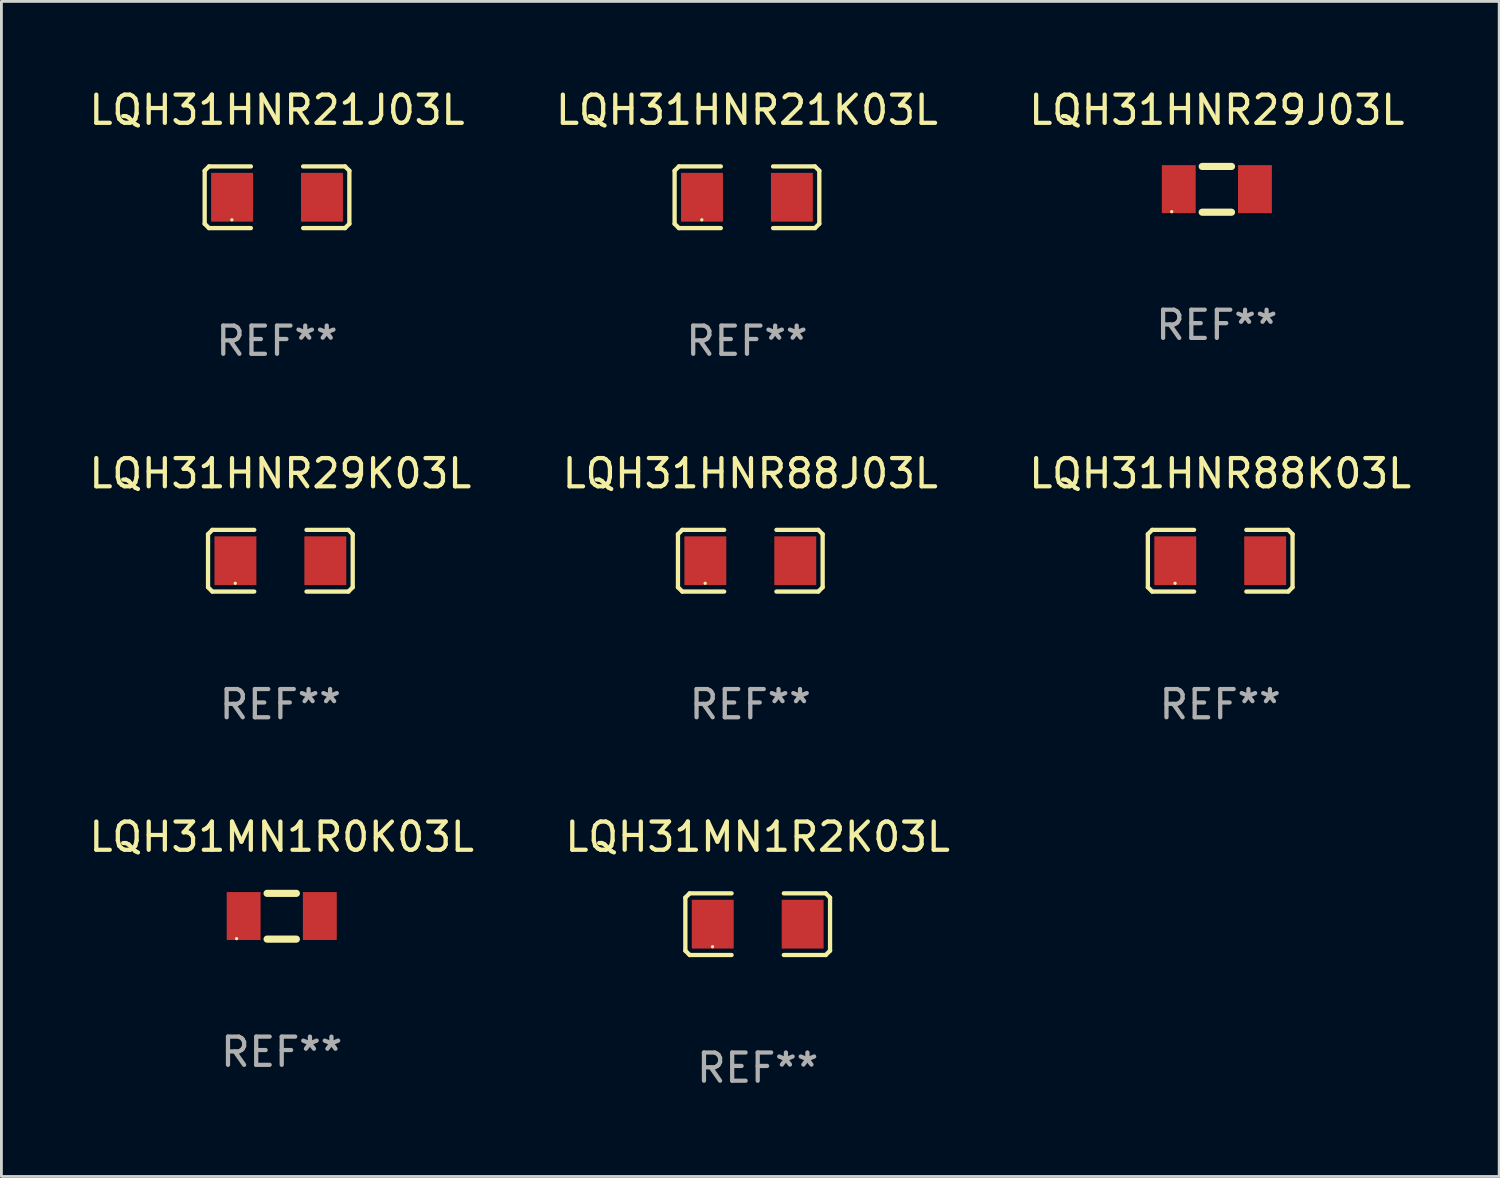
<source format=kicad_pcb>
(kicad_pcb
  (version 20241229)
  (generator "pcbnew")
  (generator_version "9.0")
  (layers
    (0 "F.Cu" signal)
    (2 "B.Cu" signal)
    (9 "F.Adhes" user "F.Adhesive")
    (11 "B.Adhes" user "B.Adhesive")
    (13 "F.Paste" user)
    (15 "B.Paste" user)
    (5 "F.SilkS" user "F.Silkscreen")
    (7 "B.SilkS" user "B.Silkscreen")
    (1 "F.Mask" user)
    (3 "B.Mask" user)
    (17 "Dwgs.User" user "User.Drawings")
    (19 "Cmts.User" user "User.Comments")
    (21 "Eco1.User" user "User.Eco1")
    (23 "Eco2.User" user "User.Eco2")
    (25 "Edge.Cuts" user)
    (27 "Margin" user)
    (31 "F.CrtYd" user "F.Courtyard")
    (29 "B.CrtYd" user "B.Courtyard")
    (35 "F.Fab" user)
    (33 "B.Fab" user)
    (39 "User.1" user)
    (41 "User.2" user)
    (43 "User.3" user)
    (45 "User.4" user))
  (footprint "LQH31HNR29K03L"
    (layer "F.Cu")
    (at 6.887 16.823)
    (property "Reference" "LQH31HNR29K03L" (at 0 -3.093 0) (layer "F.SilkS") (effects (font (size 1 1) (thickness 0.15))))
    (attr through_hole)
    (fp_line (start -2.564 -0.94) (end -2.411 -1.093) (stroke (width 0.152) (type solid)) (layer "F.SilkS"))
    (fp_line (start -2.564 0.94) (end -2.564 -0.94) (stroke (width 0.152) (type solid)) (layer "F.SilkS"))
    (fp_line (start -2.411 -1.093) (end -0.926 -1.093) (stroke (width 0.152) (type solid)) (layer "F.SilkS"))
    (fp_line (start -2.411 1.093) (end -2.564 0.94) (stroke (width 0.152) (type solid)) (layer "F.SilkS"))
    (fp_line (start -0.926 1.093) (end -2.411 1.093) (stroke (width 0.152) (type solid)) (layer "F.SilkS"))
    (fp_line (start 0.926 1.093) (end 2.411 1.093) (stroke (width 0.152) (type solid)) (layer "F.SilkS"))
    (fp_line (start 2.411 -1.093) (end 0.926 -1.093) (stroke (width 0.152) (type solid)) (layer "F.SilkS"))
    (fp_line (start 2.411 1.093) (end 2.564 0.94) (stroke (width 0.152) (type solid)) (layer "F.SilkS"))
    (fp_line (start 2.564 -0.94) (end 2.411 -1.093) (stroke (width 0.152) (type solid)) (layer "F.SilkS"))
    (fp_line (start 2.564 0.94) (end 2.564 -0.94) (stroke (width 0.152) (type solid)) (layer "F.SilkS"))
    (fp_circle (center -1.6 0.8) (end -1.57 0.8) (stroke (width 0.06) (type solid)) (fill no) (layer "F.SilkS"))
    (fp_text user "REF**" (at 0 5.093 0) (layer "F.Fab") (effects (font (size 1 1) (thickness 0.15))))
    (pad "1" smd rect (at -1.593 0) (size 1.485 1.728) (layers "F.Cu" "F.Mask" "F.Paste"))
    (pad "2" smd rect (at 1.593 0) (size 1.485 1.728) (layers "F.Cu" "F.Mask" "F.Paste")))
  (footprint "LQH31MN1R2K03L"
    (layer "F.Cu")
    (at 23.804 29.704)
    (property "Reference" "LQH31MN1R2K03L" (at 0 -3.093 0) (layer "F.SilkS") (effects (font (size 1 1) (thickness 0.15))))
    (attr through_hole)
    (fp_line (start -2.564 -0.94) (end -2.411 -1.093) (stroke (width 0.152) (type solid)) (layer "F.SilkS"))
    (fp_line (start -2.564 0.94) (end -2.564 -0.94) (stroke (width 0.152) (type solid)) (layer "F.SilkS"))
    (fp_line (start -2.411 -1.093) (end -0.926 -1.093) (stroke (width 0.152) (type solid)) (layer "F.SilkS"))
    (fp_line (start -2.411 1.093) (end -2.564 0.94) (stroke (width 0.152) (type solid)) (layer "F.SilkS"))
    (fp_line (start -0.926 1.093) (end -2.411 1.093) (stroke (width 0.152) (type solid)) (layer "F.SilkS"))
    (fp_line (start 0.926 1.093) (end 2.411 1.093) (stroke (width 0.152) (type solid)) (layer "F.SilkS"))
    (fp_line (start 2.411 -1.093) (end 0.926 -1.093) (stroke (width 0.152) (type solid)) (layer "F.SilkS"))
    (fp_line (start 2.411 1.093) (end 2.564 0.94) (stroke (width 0.152) (type solid)) (layer "F.SilkS"))
    (fp_line (start 2.564 -0.94) (end 2.411 -1.093) (stroke (width 0.152) (type solid)) (layer "F.SilkS"))
    (fp_line (start 2.564 0.94) (end 2.564 -0.94) (stroke (width 0.152) (type solid)) (layer "F.SilkS"))
    (fp_circle (center -1.6 0.8) (end -1.57 0.8) (stroke (width 0.06) (type solid)) (fill no) (layer "F.SilkS"))
    (fp_text user "REF**" (at 0 5.093 0) (layer "F.Fab") (effects (font (size 1 1) (thickness 0.15))))
    (pad "1" smd rect (at -1.593 0) (size 1.485 1.728) (layers "F.Cu" "F.Mask" "F.Paste"))
    (pad "2" smd rect (at 1.593 0) (size 1.485 1.728) (layers "F.Cu" "F.Mask" "F.Paste")))
  (footprint "LQH31HNR88K03L"
    (layer "F.Cu")
    (at 40.196 16.823)
    (property "Reference" "LQH31HNR88K03L" (at 0 -3.093 0) (layer "F.SilkS") (effects (font (size 1 1) (thickness 0.15))))
    (attr through_hole)
    (fp_line (start -2.564 -0.94) (end -2.411 -1.093) (stroke (width 0.152) (type solid)) (layer "F.SilkS"))
    (fp_line (start -2.564 0.94) (end -2.564 -0.94) (stroke (width 0.152) (type solid)) (layer "F.SilkS"))
    (fp_line (start -2.411 -1.093) (end -0.926 -1.093) (stroke (width 0.152) (type solid)) (layer "F.SilkS"))
    (fp_line (start -2.411 1.093) (end -2.564 0.94) (stroke (width 0.152) (type solid)) (layer "F.SilkS"))
    (fp_line (start -0.926 1.093) (end -2.411 1.093) (stroke (width 0.152) (type solid)) (layer "F.SilkS"))
    (fp_line (start 0.926 1.093) (end 2.411 1.093) (stroke (width 0.152) (type solid)) (layer "F.SilkS"))
    (fp_line (start 2.411 -1.093) (end 0.926 -1.093) (stroke (width 0.152) (type solid)) (layer "F.SilkS"))
    (fp_line (start 2.411 1.093) (end 2.564 0.94) (stroke (width 0.152) (type solid)) (layer "F.SilkS"))
    (fp_line (start 2.564 -0.94) (end 2.411 -1.093) (stroke (width 0.152) (type solid)) (layer "F.SilkS"))
    (fp_line (start 2.564 0.94) (end 2.564 -0.94) (stroke (width 0.152) (type solid)) (layer "F.SilkS"))
    (fp_circle (center -1.6 0.8) (end -1.57 0.8) (stroke (width 0.06) (type solid)) (fill no) (layer "F.SilkS"))
    (fp_text user "REF**" (at 0 5.093 0) (layer "F.Fab") (effects (font (size 1 1) (thickness 0.15))))
    (pad "1" smd rect (at -1.593 0) (size 1.485 1.728) (layers "F.Cu" "F.Mask" "F.Paste"))
    (pad "2" smd rect (at 1.593 0) (size 1.485 1.728) (layers "F.Cu" "F.Mask" "F.Paste")))
  (footprint "LQH31HNR88J03L"
    (layer "F.Cu")
    (at 23.542 16.823)
    (property "Reference" "LQH31HNR88J03L" (at 0 -3.093 0) (layer "F.SilkS") (effects (font (size 1 1) (thickness 0.15))))
    (attr through_hole)
    (fp_line (start -2.564 -0.94) (end -2.411 -1.093) (stroke (width 0.152) (type solid)) (layer "F.SilkS"))
    (fp_line (start -2.564 0.94) (end -2.564 -0.94) (stroke (width 0.152) (type solid)) (layer "F.SilkS"))
    (fp_line (start -2.411 -1.093) (end -0.926 -1.093) (stroke (width 0.152) (type solid)) (layer "F.SilkS"))
    (fp_line (start -2.411 1.093) (end -2.564 0.94) (stroke (width 0.152) (type solid)) (layer "F.SilkS"))
    (fp_line (start -0.926 1.093) (end -2.411 1.093) (stroke (width 0.152) (type solid)) (layer "F.SilkS"))
    (fp_line (start 0.926 1.093) (end 2.411 1.093) (stroke (width 0.152) (type solid)) (layer "F.SilkS"))
    (fp_line (start 2.411 -1.093) (end 0.926 -1.093) (stroke (width 0.152) (type solid)) (layer "F.SilkS"))
    (fp_line (start 2.411 1.093) (end 2.564 0.94) (stroke (width 0.152) (type solid)) (layer "F.SilkS"))
    (fp_line (start 2.564 -0.94) (end 2.411 -1.093) (stroke (width 0.152) (type solid)) (layer "F.SilkS"))
    (fp_line (start 2.564 0.94) (end 2.564 -0.94) (stroke (width 0.152) (type solid)) (layer "F.SilkS"))
    (fp_circle (center -1.6 0.8) (end -1.57 0.8) (stroke (width 0.06) (type solid)) (fill no) (layer "F.SilkS"))
    (fp_text user "REF**" (at 0 5.093 0) (layer "F.Fab") (effects (font (size 1 1) (thickness 0.15))))
    (pad "1" smd rect (at -1.593 0) (size 1.485 1.728) (layers "F.Cu" "F.Mask" "F.Paste"))
    (pad "2" smd rect (at 1.593 0) (size 1.485 1.728) (layers "F.Cu" "F.Mask" "F.Paste")))
  (footprint "LQH31HNR21K03L"
    (layer "F.Cu")
    (at 23.423 3.941)
    (property "Reference" "LQH31HNR21K03L" (at 0 -3.093 0) (layer "F.SilkS") (effects (font (size 1 1) (thickness 0.15))))
    (attr through_hole)
    (fp_line (start -2.564 -0.94) (end -2.411 -1.093) (stroke (width 0.152) (type solid)) (layer "F.SilkS"))
    (fp_line (start -2.564 0.94) (end -2.564 -0.94) (stroke (width 0.152) (type solid)) (layer "F.SilkS"))
    (fp_line (start -2.411 -1.093) (end -0.926 -1.093) (stroke (width 0.152) (type solid)) (layer "F.SilkS"))
    (fp_line (start -2.411 1.093) (end -2.564 0.94) (stroke (width 0.152) (type solid)) (layer "F.SilkS"))
    (fp_line (start -0.926 1.093) (end -2.411 1.093) (stroke (width 0.152) (type solid)) (layer "F.SilkS"))
    (fp_line (start 0.926 1.093) (end 2.411 1.093) (stroke (width 0.152) (type solid)) (layer "F.SilkS"))
    (fp_line (start 2.411 -1.093) (end 0.926 -1.093) (stroke (width 0.152) (type solid)) (layer "F.SilkS"))
    (fp_line (start 2.411 1.093) (end 2.564 0.94) (stroke (width 0.152) (type solid)) (layer "F.SilkS"))
    (fp_line (start 2.564 -0.94) (end 2.411 -1.093) (stroke (width 0.152) (type solid)) (layer "F.SilkS"))
    (fp_line (start 2.564 0.94) (end 2.564 -0.94) (stroke (width 0.152) (type solid)) (layer "F.SilkS"))
    (fp_circle (center -1.6 0.8) (end -1.57 0.8) (stroke (width 0.06) (type solid)) (fill no) (layer "F.SilkS"))
    (fp_text user "REF**" (at 0 5.093 0) (layer "F.Fab") (effects (font (size 1 1) (thickness 0.15))))
    (pad "1" smd rect (at -1.593 0) (size 1.485 1.728) (layers "F.Cu" "F.Mask" "F.Paste"))
    (pad "2" smd rect (at 1.593 0) (size 1.485 1.728) (layers "F.Cu" "F.Mask" "F.Paste")))
  (footprint "LQH31HNR21J03L"
    (layer "F.Cu")
    (at 6.768 3.941)
    (property "Reference" "LQH31HNR21J03L" (at 0 -3.093 0) (layer "F.SilkS") (effects (font (size 1 1) (thickness 0.15))))
    (attr through_hole)
    (fp_line (start -2.564 -0.94) (end -2.411 -1.093) (stroke (width 0.152) (type solid)) (layer "F.SilkS"))
    (fp_line (start -2.564 0.94) (end -2.564 -0.94) (stroke (width 0.152) (type solid)) (layer "F.SilkS"))
    (fp_line (start -2.411 -1.093) (end -0.926 -1.093) (stroke (width 0.152) (type solid)) (layer "F.SilkS"))
    (fp_line (start -2.411 1.093) (end -2.564 0.94) (stroke (width 0.152) (type solid)) (layer "F.SilkS"))
    (fp_line (start -0.926 1.093) (end -2.411 1.093) (stroke (width 0.152) (type solid)) (layer "F.SilkS"))
    (fp_line (start 0.926 1.093) (end 2.411 1.093) (stroke (width 0.152) (type solid)) (layer "F.SilkS"))
    (fp_line (start 2.411 -1.093) (end 0.926 -1.093) (stroke (width 0.152) (type solid)) (layer "F.SilkS"))
    (fp_line (start 2.411 1.093) (end 2.564 0.94) (stroke (width 0.152) (type solid)) (layer "F.SilkS"))
    (fp_line (start 2.564 -0.94) (end 2.411 -1.093) (stroke (width 0.152) (type solid)) (layer "F.SilkS"))
    (fp_line (start 2.564 0.94) (end 2.564 -0.94) (stroke (width 0.152) (type solid)) (layer "F.SilkS"))
    (fp_circle (center -1.6 0.8) (end -1.57 0.8) (stroke (width 0.06) (type solid)) (fill no) (layer "F.SilkS"))
    (fp_text user "REF**" (at 0 5.093 0) (layer "F.Fab") (effects (font (size 1 1) (thickness 0.15))))
    (pad "1" smd rect (at -1.593 0) (size 1.485 1.728) (layers "F.Cu" "F.Mask" "F.Paste"))
    (pad "2" smd rect (at 1.593 0) (size 1.485 1.728) (layers "F.Cu" "F.Mask" "F.Paste")))
  (footprint "LQH31MN1R0K03L"
    (layer "F.Cu")
    (at 6.935 29.423)
    (property "Reference" "LQH31MN1R0K03L" (at 0 -2.811 0) (layer "F.SilkS") (effects (font (size 1 1) (thickness 0.15))))
    (attr through_hole)
    (fp_line (start -0.519 -0.811) (end 0.519 -0.811) (stroke (width 0.254) (type solid)) (layer "F.SilkS"))
    (fp_line (start -0.519 0.811) (end 0.519 0.811) (stroke (width 0.254) (type solid)) (layer "F.SilkS"))
    (fp_circle (center -1.6 0.793) (end -1.57 0.793) (stroke (width 0.06) (type solid)) (fill no) (layer "F.SilkS"))
    (fp_text user "REF**" (at 0 4.811 0) (layer "F.Fab") (effects (font (size 1 1) (thickness 0.15))))
    (pad "1" smd rect (at -1.35 -0.007) (size 1.2 1.7) (layers "F.Cu" "F.Mask" "F.Paste"))
    (pad "2" smd rect (at 1.35 -0.007) (size 1.2 1.7) (layers "F.Cu" "F.Mask" "F.Paste")))
  (footprint "LQH31HNR29J03L"
    (layer "F.Cu")
    (at 40.077 3.66)
    (property "Reference" "LQH31HNR29J03L" (at 0 -2.811 0) (layer "F.SilkS") (effects (font (size 1 1) (thickness 0.15))))
    (attr through_hole)
    (fp_line (start -0.519 -0.811) (end 0.519 -0.811) (stroke (width 0.254) (type solid)) (layer "F.SilkS"))
    (fp_line (start -0.519 0.811) (end 0.519 0.811) (stroke (width 0.254) (type solid)) (layer "F.SilkS"))
    (fp_circle (center -1.6 0.793) (end -1.57 0.793) (stroke (width 0.06) (type solid)) (fill no) (layer "F.SilkS"))
    (fp_text user "REF**" (at 0 4.811 0) (layer "F.Fab") (effects (font (size 1 1) (thickness 0.15))))
    (pad "1" smd rect (at -1.35 -0.007) (size 1.2 1.7) (layers "F.Cu" "F.Mask" "F.Paste"))
    (pad "2" smd rect (at 1.35 -0.007) (size 1.2 1.7) (layers "F.Cu" "F.Mask" "F.Paste")))
  (gr_rect
    (start -3 -3)
    (end 50.083 38.645)
    (stroke (width 0.1) (type default))
    (fill no)
    (layer "Edge.Cuts")))
</source>
